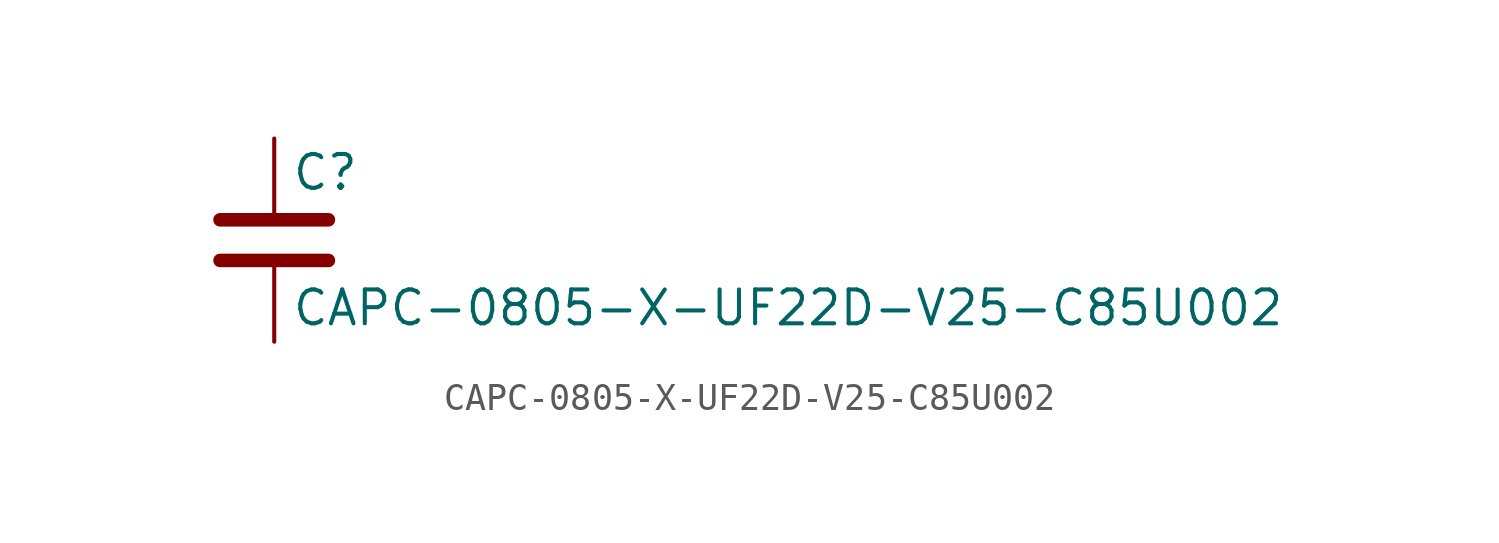
<source format=kicad_sym>
(kicad_symbol_lib
  (version 20211014)
  (generator kicad_symbol_editor)
  (symbol "CAPC-0805-X-UF22D-V25-C85U002"
    (pin_numbers hide)
    (pin_names
      (offset 0.254))
    (property "Reference" "C"
      (at 0.635 2.54 0)
      (effects (font (size 1.27 1.27)) (justify left)))
    (property "Value" "CAPC-0805-X-UF22D-V25-C85U002"
      (at 0.635 -2.54 0)
      (effects (font (size 1.27 1.27)) (justify left)))
    (symbol "CAPC-0805-X-UF22D-V25-C85U002_0_1"
      (polyline (pts (xy -2.032 -0.762) (xy 2.032 -0.762)) (stroke (width 0.508) (type default) (color 0 0 0 0)) (fill (type none)))
      (polyline (pts (xy -2.032 0.762) (xy 2.032 0.762)) (stroke (width 0.508) (type default) (color 0 0 0 0)) (fill (type none))))
    (symbol "CAPC-0805-X-UF22D-V25-C85U002_1_1"
      (pin passive line (at 0 3.81 270) (length 2.794) (name "~" (effects (font (size 1.27 1.27)))) (number "1" (effects (font (size 1.27 1.27)))))
      (pin passive line (at 0 -3.81 90) (length 2.794) (name "~" (effects (font (size 1.27 1.27)))) (number "2" (effects (font (size 1.27 1.27))))))))
</source>
